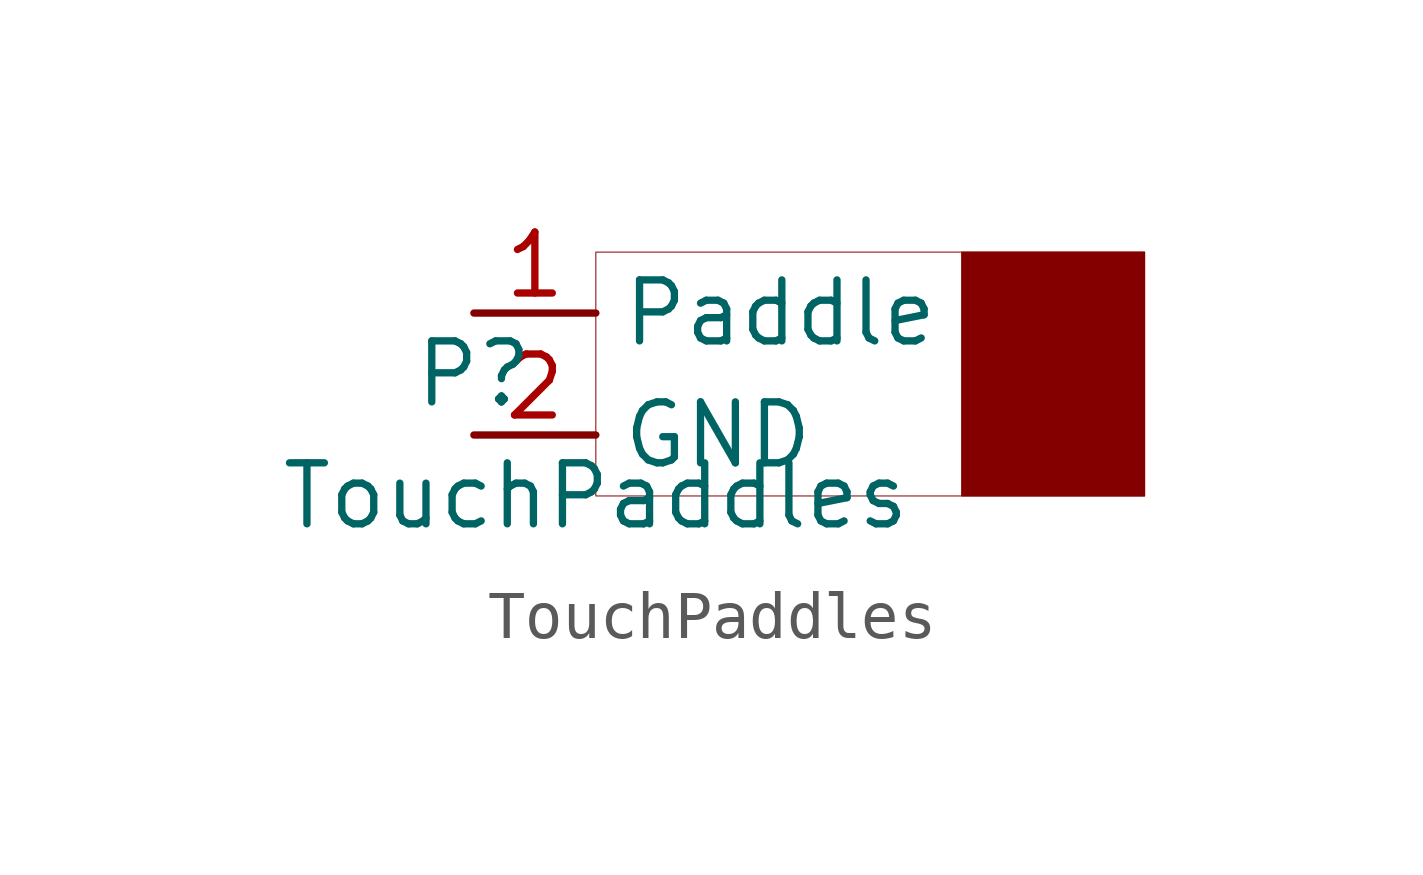
<source format=kicad_sym>
(kicad_symbol_lib
  (version 20201005)
  (generator kicad_symbol_editor)
  (symbol "08-TouchKey:TouchPaddles"
    (property "Reference" "P"
      (at 0 0 0)
      (effects (font (size 1.27 1.27))))
    (property "Value" "TouchPaddles"
      (at 2.54 -2.54 0)
      (effects (font (size 1.27 1.27))))
    (symbol "TouchPaddles_0_1"
      (rectangle (start 2.54 2.54) (end 13.97 -2.54) (stroke (width 0.001)) (fill (type none)))
      (rectangle (start 10.16 2.54) (end 13.97 -2.54) (stroke (width 0.001)) (fill (type outline))))
    (symbol "TouchPaddles_1_1"
      (pin input line (at 0 1.27 0) (length 2.54) (name "Paddle" (effects (font (size 1.27 1.27)))) (number "1" (effects (font (size 1.27 1.27)))))
      (pin input line (at 0 -1.27 0) (length 2.54) (name "GND" (effects (font (size 1.27 1.27)))) (number "2" (effects (font (size 1.27 1.27))))))))
</source>
